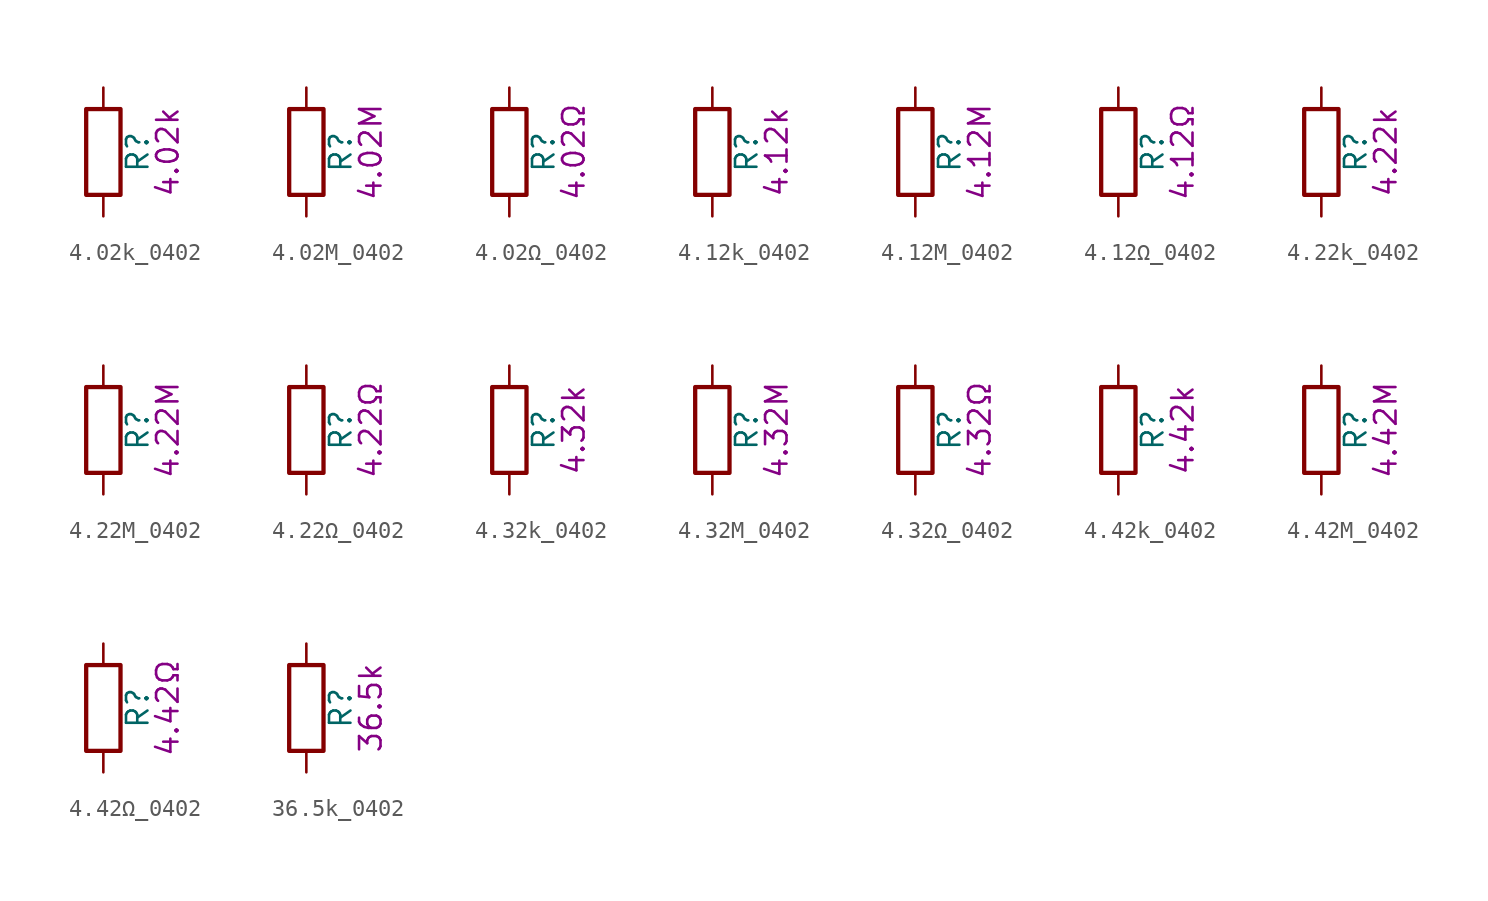
<source format=kicad_sym>
(kicad_symbol_lib
  (version 20211014)
  (generator kicad_symbol_editor)
  (symbol "4.02k_0402"
    (pin_numbers hide)
    (pin_names
      (offset 0))
    (property "Reference" "R"
      (at 2.032 0 90)
      (effects (font (size 1.27 1.27))))
    (property "Display" "4.02k"
      (at 3.81 0 90)
      (effects (font (size 1.27 1.27))))
    (symbol "4.02k_0402_0_1"
      (rectangle (start -1.016 -2.54) (end 1.016 2.54) (stroke (width 0.254) (type default) (color 0 0 0 0)) (fill (type none))))
    (symbol "4.02k_0402_1_1"
      (pin passive line (at 0 3.81 270) (length 1.27) (name "~" (effects (font (size 1.27 1.27)))) (number "1" (effects (font (size 1.27 1.27)))))
      (pin passive line (at 0 -3.81 90) (length 1.27) (name "~" (effects (font (size 1.27 1.27)))) (number "2" (effects (font (size 1.27 1.27)))))))
  (symbol "4.02M_0402"
    (pin_numbers hide)
    (pin_names
      (offset 0))
    (property "Reference" "R"
      (at 2.032 0 90)
      (effects (font (size 1.27 1.27))))
    (property "Display" "4.02M"
      (at 3.81 0 90)
      (effects (font (size 1.27 1.27))))
    (symbol "4.02M_0402_0_1"
      (rectangle (start -1.016 -2.54) (end 1.016 2.54) (stroke (width 0.254) (type default) (color 0 0 0 0)) (fill (type none))))
    (symbol "4.02M_0402_1_1"
      (pin passive line (at 0 3.81 270) (length 1.27) (name "~" (effects (font (size 1.27 1.27)))) (number "1" (effects (font (size 1.27 1.27)))))
      (pin passive line (at 0 -3.81 90) (length 1.27) (name "~" (effects (font (size 1.27 1.27)))) (number "2" (effects (font (size 1.27 1.27)))))))
  (symbol "4.02Ω_0402"
    (pin_numbers hide)
    (pin_names
      (offset 0))
    (property "Reference" "R"
      (at 2.032 0 90)
      (effects (font (size 1.27 1.27))))
    (property "Display" "4.02Ω"
      (at 3.81 0 90)
      (effects (font (size 1.27 1.27))))
    (symbol "4.02Ω_0402_0_1"
      (rectangle (start -1.016 -2.54) (end 1.016 2.54) (stroke (width 0.254) (type default) (color 0 0 0 0)) (fill (type none))))
    (symbol "4.02Ω_0402_1_1"
      (pin passive line (at 0 3.81 270) (length 1.27) (name "~" (effects (font (size 1.27 1.27)))) (number "1" (effects (font (size 1.27 1.27)))))
      (pin passive line (at 0 -3.81 90) (length 1.27) (name "~" (effects (font (size 1.27 1.27)))) (number "2" (effects (font (size 1.27 1.27)))))))
  (symbol "4.12k_0402"
    (pin_numbers hide)
    (pin_names
      (offset 0))
    (property "Reference" "R"
      (at 2.032 0 90)
      (effects (font (size 1.27 1.27))))
    (property "Display" "4.12k"
      (at 3.81 0 90)
      (effects (font (size 1.27 1.27))))
    (symbol "4.12k_0402_0_1"
      (rectangle (start -1.016 -2.54) (end 1.016 2.54) (stroke (width 0.254) (type default) (color 0 0 0 0)) (fill (type none))))
    (symbol "4.12k_0402_1_1"
      (pin passive line (at 0 3.81 270) (length 1.27) (name "~" (effects (font (size 1.27 1.27)))) (number "1" (effects (font (size 1.27 1.27)))))
      (pin passive line (at 0 -3.81 90) (length 1.27) (name "~" (effects (font (size 1.27 1.27)))) (number "2" (effects (font (size 1.27 1.27)))))))
  (symbol "4.12M_0402"
    (pin_numbers hide)
    (pin_names
      (offset 0))
    (property "Reference" "R"
      (at 2.032 0 90)
      (effects (font (size 1.27 1.27))))
    (property "Display" "4.12M"
      (at 3.81 0 90)
      (effects (font (size 1.27 1.27))))
    (symbol "4.12M_0402_0_1"
      (rectangle (start -1.016 -2.54) (end 1.016 2.54) (stroke (width 0.254) (type default) (color 0 0 0 0)) (fill (type none))))
    (symbol "4.12M_0402_1_1"
      (pin passive line (at 0 3.81 270) (length 1.27) (name "~" (effects (font (size 1.27 1.27)))) (number "1" (effects (font (size 1.27 1.27)))))
      (pin passive line (at 0 -3.81 90) (length 1.27) (name "~" (effects (font (size 1.27 1.27)))) (number "2" (effects (font (size 1.27 1.27)))))))
  (symbol "4.12Ω_0402"
    (pin_numbers hide)
    (pin_names
      (offset 0))
    (property "Reference" "R"
      (at 2.032 0 90)
      (effects (font (size 1.27 1.27))))
    (property "Display" "4.12Ω"
      (at 3.81 0 90)
      (effects (font (size 1.27 1.27))))
    (symbol "4.12Ω_0402_0_1"
      (rectangle (start -1.016 -2.54) (end 1.016 2.54) (stroke (width 0.254) (type default) (color 0 0 0 0)) (fill (type none))))
    (symbol "4.12Ω_0402_1_1"
      (pin passive line (at 0 3.81 270) (length 1.27) (name "~" (effects (font (size 1.27 1.27)))) (number "1" (effects (font (size 1.27 1.27)))))
      (pin passive line (at 0 -3.81 90) (length 1.27) (name "~" (effects (font (size 1.27 1.27)))) (number "2" (effects (font (size 1.27 1.27)))))))
  (symbol "4.22k_0402"
    (pin_numbers hide)
    (pin_names
      (offset 0))
    (property "Reference" "R"
      (at 2.032 0 90)
      (effects (font (size 1.27 1.27))))
    (property "Display" "4.22k"
      (at 3.81 0 90)
      (effects (font (size 1.27 1.27))))
    (symbol "4.22k_0402_0_1"
      (rectangle (start -1.016 -2.54) (end 1.016 2.54) (stroke (width 0.254) (type default) (color 0 0 0 0)) (fill (type none))))
    (symbol "4.22k_0402_1_1"
      (pin passive line (at 0 3.81 270) (length 1.27) (name "~" (effects (font (size 1.27 1.27)))) (number "1" (effects (font (size 1.27 1.27)))))
      (pin passive line (at 0 -3.81 90) (length 1.27) (name "~" (effects (font (size 1.27 1.27)))) (number "2" (effects (font (size 1.27 1.27)))))))
  (symbol "4.22M_0402"
    (pin_numbers hide)
    (pin_names
      (offset 0))
    (property "Reference" "R"
      (at 2.032 0 90)
      (effects (font (size 1.27 1.27))))
    (property "Display" "4.22M"
      (at 3.81 0 90)
      (effects (font (size 1.27 1.27))))
    (symbol "4.22M_0402_0_1"
      (rectangle (start -1.016 -2.54) (end 1.016 2.54) (stroke (width 0.254) (type default) (color 0 0 0 0)) (fill (type none))))
    (symbol "4.22M_0402_1_1"
      (pin passive line (at 0 3.81 270) (length 1.27) (name "~" (effects (font (size 1.27 1.27)))) (number "1" (effects (font (size 1.27 1.27)))))
      (pin passive line (at 0 -3.81 90) (length 1.27) (name "~" (effects (font (size 1.27 1.27)))) (number "2" (effects (font (size 1.27 1.27)))))))
  (symbol "4.22Ω_0402"
    (pin_numbers hide)
    (pin_names
      (offset 0))
    (property "Reference" "R"
      (at 2.032 0 90)
      (effects (font (size 1.27 1.27))))
    (property "Display" "4.22Ω"
      (at 3.81 0 90)
      (effects (font (size 1.27 1.27))))
    (symbol "4.22Ω_0402_0_1"
      (rectangle (start -1.016 -2.54) (end 1.016 2.54) (stroke (width 0.254) (type default) (color 0 0 0 0)) (fill (type none))))
    (symbol "4.22Ω_0402_1_1"
      (pin passive line (at 0 3.81 270) (length 1.27) (name "~" (effects (font (size 1.27 1.27)))) (number "1" (effects (font (size 1.27 1.27)))))
      (pin passive line (at 0 -3.81 90) (length 1.27) (name "~" (effects (font (size 1.27 1.27)))) (number "2" (effects (font (size 1.27 1.27)))))))
  (symbol "4.32k_0402"
    (pin_numbers hide)
    (pin_names
      (offset 0))
    (property "Reference" "R"
      (at 2.032 0 90)
      (effects (font (size 1.27 1.27))))
    (property "Display" "4.32k"
      (at 3.81 0 90)
      (effects (font (size 1.27 1.27))))
    (symbol "4.32k_0402_0_1"
      (rectangle (start -1.016 -2.54) (end 1.016 2.54) (stroke (width 0.254) (type default) (color 0 0 0 0)) (fill (type none))))
    (symbol "4.32k_0402_1_1"
      (pin passive line (at 0 3.81 270) (length 1.27) (name "~" (effects (font (size 1.27 1.27)))) (number "1" (effects (font (size 1.27 1.27)))))
      (pin passive line (at 0 -3.81 90) (length 1.27) (name "~" (effects (font (size 1.27 1.27)))) (number "2" (effects (font (size 1.27 1.27)))))))
  (symbol "4.32M_0402"
    (pin_numbers hide)
    (pin_names
      (offset 0))
    (property "Reference" "R"
      (at 2.032 0 90)
      (effects (font (size 1.27 1.27))))
    (property "Display" "4.32M"
      (at 3.81 0 90)
      (effects (font (size 1.27 1.27))))
    (symbol "4.32M_0402_0_1"
      (rectangle (start -1.016 -2.54) (end 1.016 2.54) (stroke (width 0.254) (type default) (color 0 0 0 0)) (fill (type none))))
    (symbol "4.32M_0402_1_1"
      (pin passive line (at 0 3.81 270) (length 1.27) (name "~" (effects (font (size 1.27 1.27)))) (number "1" (effects (font (size 1.27 1.27)))))
      (pin passive line (at 0 -3.81 90) (length 1.27) (name "~" (effects (font (size 1.27 1.27)))) (number "2" (effects (font (size 1.27 1.27)))))))
  (symbol "4.32Ω_0402"
    (pin_numbers hide)
    (pin_names
      (offset 0))
    (property "Reference" "R"
      (at 2.032 0 90)
      (effects (font (size 1.27 1.27))))
    (property "Display" "4.32Ω"
      (at 3.81 0 90)
      (effects (font (size 1.27 1.27))))
    (symbol "4.32Ω_0402_0_1"
      (rectangle (start -1.016 -2.54) (end 1.016 2.54) (stroke (width 0.254) (type default) (color 0 0 0 0)) (fill (type none))))
    (symbol "4.32Ω_0402_1_1"
      (pin passive line (at 0 3.81 270) (length 1.27) (name "~" (effects (font (size 1.27 1.27)))) (number "1" (effects (font (size 1.27 1.27)))))
      (pin passive line (at 0 -3.81 90) (length 1.27) (name "~" (effects (font (size 1.27 1.27)))) (number "2" (effects (font (size 1.27 1.27)))))))
  (symbol "4.42k_0402"
    (pin_numbers hide)
    (pin_names
      (offset 0))
    (property "Reference" "R"
      (at 2.032 0 90)
      (effects (font (size 1.27 1.27))))
    (property "Display" "4.42k"
      (at 3.81 0 90)
      (effects (font (size 1.27 1.27))))
    (symbol "4.42k_0402_0_1"
      (rectangle (start -1.016 -2.54) (end 1.016 2.54) (stroke (width 0.254) (type default) (color 0 0 0 0)) (fill (type none))))
    (symbol "4.42k_0402_1_1"
      (pin passive line (at 0 3.81 270) (length 1.27) (name "~" (effects (font (size 1.27 1.27)))) (number "1" (effects (font (size 1.27 1.27)))))
      (pin passive line (at 0 -3.81 90) (length 1.27) (name "~" (effects (font (size 1.27 1.27)))) (number "2" (effects (font (size 1.27 1.27)))))))
  (symbol "4.42M_0402"
    (pin_numbers hide)
    (pin_names
      (offset 0))
    (property "Reference" "R"
      (at 2.032 0 90)
      (effects (font (size 1.27 1.27))))
    (property "Display" "4.42M"
      (at 3.81 0 90)
      (effects (font (size 1.27 1.27))))
    (symbol "4.42M_0402_0_1"
      (rectangle (start -1.016 -2.54) (end 1.016 2.54) (stroke (width 0.254) (type default) (color 0 0 0 0)) (fill (type none))))
    (symbol "4.42M_0402_1_1"
      (pin passive line (at 0 3.81 270) (length 1.27) (name "~" (effects (font (size 1.27 1.27)))) (number "1" (effects (font (size 1.27 1.27)))))
      (pin passive line (at 0 -3.81 90) (length 1.27) (name "~" (effects (font (size 1.27 1.27)))) (number "2" (effects (font (size 1.27 1.27)))))))
  (symbol "4.42Ω_0402"
    (pin_numbers hide)
    (pin_names
      (offset 0))
    (property "Reference" "R"
      (at 2.032 0 90)
      (effects (font (size 1.27 1.27))))
    (property "Display" "4.42Ω"
      (at 3.81 0 90)
      (effects (font (size 1.27 1.27))))
    (symbol "4.42Ω_0402_0_1"
      (rectangle (start -1.016 -2.54) (end 1.016 2.54) (stroke (width 0.254) (type default) (color 0 0 0 0)) (fill (type none))))
    (symbol "4.42Ω_0402_1_1"
      (pin passive line (at 0 3.81 270) (length 1.27) (name "~" (effects (font (size 1.27 1.27)))) (number "1" (effects (font (size 1.27 1.27)))))
      (pin passive line (at 0 -3.81 90) (length 1.27) (name "~" (effects (font (size 1.27 1.27)))) (number "2" (effects (font (size 1.27 1.27)))))))
  (symbol "36.5k_0402"
    (pin_numbers hide)
    (pin_names
      (offset 0))
    (property "Reference" "R"
      (at 2.032 0 90)
      (effects (font (size 1.27 1.27))))
    (property "Display" "36.5k"
      (at 3.81 0 90)
      (effects (font (size 1.27 1.27))))
    (symbol "36.5k_0402_0_1"
      (rectangle (start -1.016 -2.54) (end 1.016 2.54) (stroke (width 0.254) (type default) (color 0 0 0 0)) (fill (type none))))
    (symbol "36.5k_0402_1_1"
      (pin passive line (at 0 3.81 270) (length 1.27) (name "~" (effects (font (size 1.27 1.27)))) (number "1" (effects (font (size 1.27 1.27)))))
      (pin passive line (at 0 -3.81 90) (length 1.27) (name "~" (effects (font (size 1.27 1.27)))) (number "2" (effects (font (size 1.27 1.27))))))))
</source>
